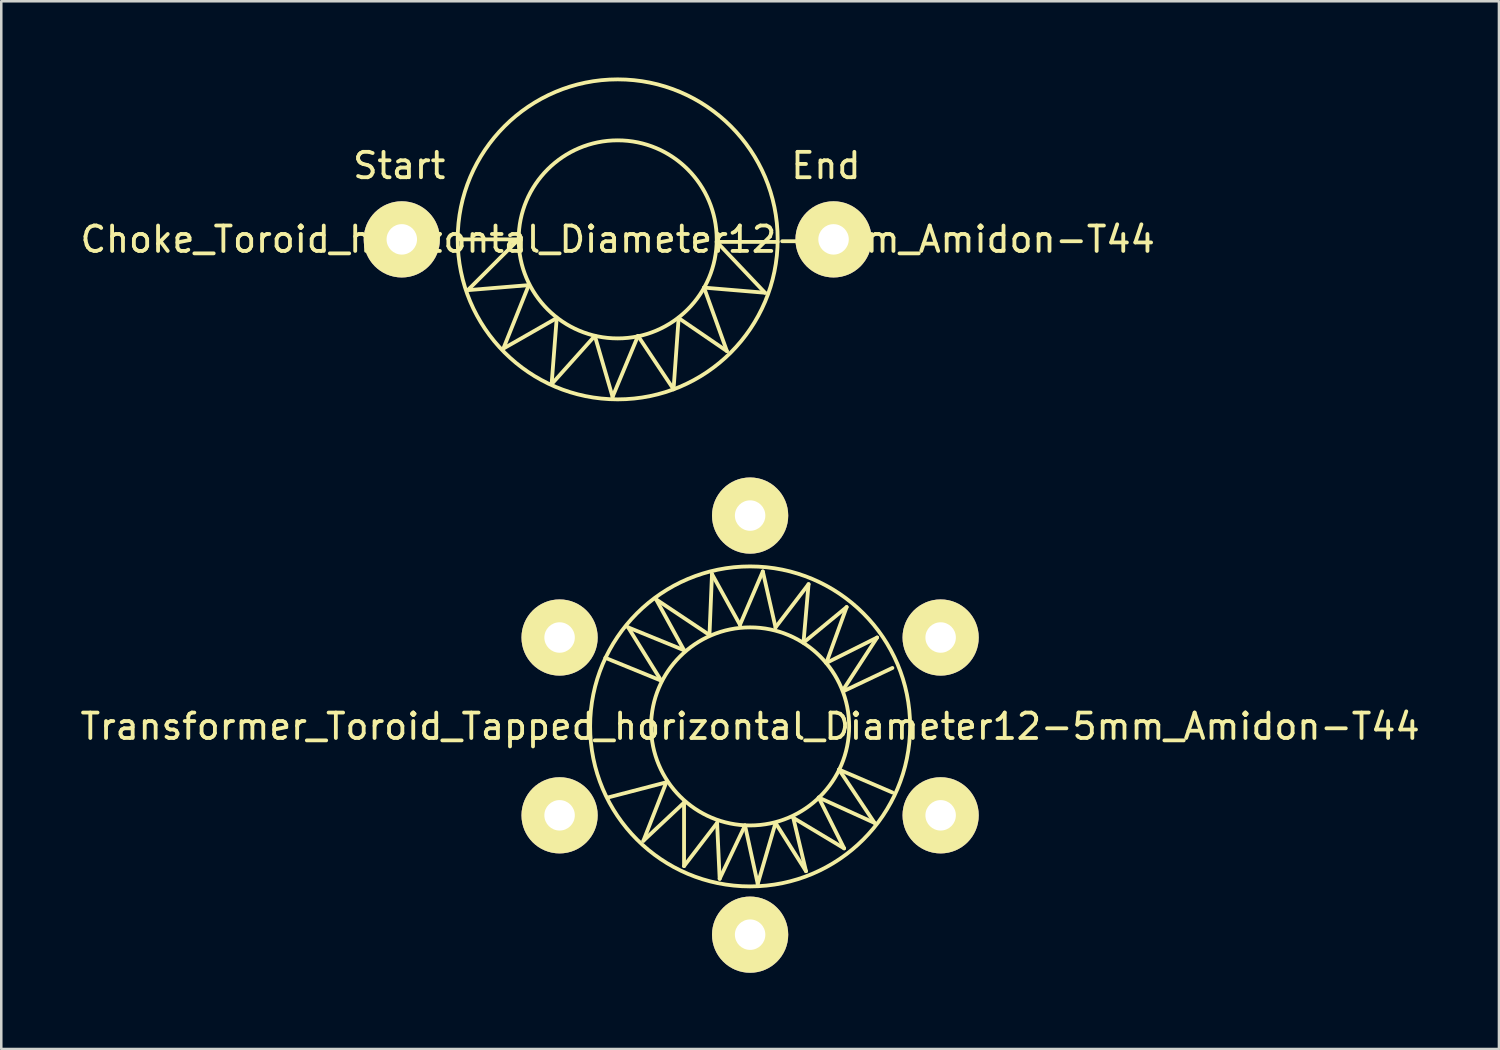
<source format=kicad_pcb>
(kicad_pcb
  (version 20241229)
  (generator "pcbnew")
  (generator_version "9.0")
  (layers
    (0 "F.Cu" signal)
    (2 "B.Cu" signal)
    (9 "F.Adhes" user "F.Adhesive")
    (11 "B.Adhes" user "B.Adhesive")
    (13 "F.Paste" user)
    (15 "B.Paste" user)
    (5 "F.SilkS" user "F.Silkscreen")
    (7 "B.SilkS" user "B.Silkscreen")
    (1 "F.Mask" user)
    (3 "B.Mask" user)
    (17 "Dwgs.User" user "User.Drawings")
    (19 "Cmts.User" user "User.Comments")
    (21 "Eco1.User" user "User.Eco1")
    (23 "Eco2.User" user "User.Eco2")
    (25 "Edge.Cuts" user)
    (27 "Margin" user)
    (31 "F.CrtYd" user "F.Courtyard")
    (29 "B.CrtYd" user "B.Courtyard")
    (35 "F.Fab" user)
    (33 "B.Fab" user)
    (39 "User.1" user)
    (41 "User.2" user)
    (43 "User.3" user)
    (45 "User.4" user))
  (footprint "Choke_Toroid_horizontal_Diameter12-5mm_Amidon-T44"
    (layer "F.Cu")
    (at 21.268 6.374)
    (property "Reference" "Choke_Toroid_horizontal_Diameter12-5mm_Amidon-T44" (at 0 0 0) (layer "F.SilkS") (effects (font (size 1 1) (thickness 0.15))))
    (attr through_hole)
    (fp_line (start -6.2 0) (end -3.899 0) (stroke (width 0.15) (type solid)) (layer "F.SilkS"))
    (fp_line (start -5.9 1.999) (end -3.5 1.801) (stroke (width 0.15) (type solid)) (layer "F.SilkS"))
    (fp_line (start -4.501 4.3) (end -2.4 3.099) (stroke (width 0.15) (type solid)) (layer "F.SilkS"))
    (fp_line (start -3.899 0) (end -5.9 1.999) (stroke (width 0.15) (type solid)) (layer "F.SilkS"))
    (fp_line (start -3.5 1.801) (end -4.501 4.3) (stroke (width 0.15) (type solid)) (layer "F.SilkS"))
    (fp_line (start -2.601 5.7) (end -0.899 3.8) (stroke (width 0.15) (type solid)) (layer "F.SilkS"))
    (fp_line (start -2.4 3.099) (end -2.601 5.7) (stroke (width 0.15) (type solid)) (layer "F.SilkS"))
    (fp_line (start -0.899 3.8) (end -0.201 6.2) (stroke (width 0.15) (type solid)) (layer "F.SilkS"))
    (fp_line (start -0.201 6.2) (end 0.8 3.8) (stroke (width 0.15) (type solid)) (layer "F.SilkS"))
    (fp_line (start 0.8 3.8) (end 2.2 5.9) (stroke (width 0.15) (type solid)) (layer "F.SilkS"))
    (fp_line (start 2.2 5.9) (end 2.4 3.099) (stroke (width 0.15) (type solid)) (layer "F.SilkS"))
    (fp_line (start 2.4 3.099) (end 4.3 4.399) (stroke (width 0.15) (type solid)) (layer "F.SilkS"))
    (fp_line (start 3.401 1.9) (end 5.799 2.101) (stroke (width 0.15) (type solid)) (layer "F.SilkS"))
    (fp_line (start 3.899 0.099) (end 6.299 0.099) (stroke (width 0.15) (type solid)) (layer "F.SilkS"))
    (fp_line (start 4.3 4.399) (end 3.401 1.9) (stroke (width 0.15) (type solid)) (layer "F.SilkS"))
    (fp_line (start 5.799 2.101) (end 3.899 0.099) (stroke (width 0.15) (type solid)) (layer "F.SilkS"))
    (fp_circle (center 0 0) (end 3.899 0) (stroke (width 0.15) (type solid)) (fill no) (layer "F.SilkS"))
    (fp_circle (center 0 0) (end 6.299 0) (stroke (width 0.15) (type solid)) (fill no) (layer "F.SilkS"))
    (fp_text user "Start" (at -8.6 -2.901 0) (layer "F.SilkS") (effects (font (size 1 1) (thickness 0.15))))
    (fp_text user "End" (at 8.199 -2.901 0) (layer "F.SilkS") (effects (font (size 1 1) (thickness 0.15))))
    (pad "1" thru_hole circle (at -8.499 0) (size 3 3) (drill 1.199) (layers "*.Cu" "*.Mask" "F.SilkS"))
    (pad "2" thru_hole circle (at 8.499 0) (size 3 3) (drill 1.199) (layers "*.Cu" "*.Mask" "F.SilkS")))
  (footprint "Transformer_Toroid_Tapped_horizontal_Diameter12-5mm_Amidon-T44"
    (layer "F.Cu")
    (at 26.482 25.549)
    (property "Reference" "Transformer_Toroid_Tapped_horizontal_Diameter12-5mm_Amidon-T44" (at 0 0 0) (layer "F.SilkS") (effects (font (size 1 1) (thickness 0.15))))
    (attr through_hole)
    (fp_line (start -5.7 -2.7) (end -3.5 -1.801) (stroke (width 0.15) (type solid)) (layer "F.SilkS"))
    (fp_line (start -5.601 2.799) (end -3.299 2.2) (stroke (width 0.15) (type solid)) (layer "F.SilkS"))
    (fp_line (start -4.801 -3.899) (end -2.601 -3) (stroke (width 0.15) (type solid)) (layer "F.SilkS"))
    (fp_line (start -4.201 4.501) (end -2.601 3) (stroke (width 0.15) (type solid)) (layer "F.SilkS"))
    (fp_line (start -3.701 -5.001) (end -1.6 -3.599) (stroke (width 0.15) (type solid)) (layer "F.SilkS"))
    (fp_line (start -3.5 -1.801) (end -4.801 -3.899) (stroke (width 0.15) (type solid)) (layer "F.SilkS"))
    (fp_line (start -3.299 2.2) (end -4.201 4.501) (stroke (width 0.15) (type solid)) (layer "F.SilkS"))
    (fp_line (start -2.601 -3) (end -3.701 -5.001) (stroke (width 0.15) (type solid)) (layer "F.SilkS"))
    (fp_line (start -2.601 3) (end -2.601 5.499) (stroke (width 0.15) (type solid)) (layer "F.SilkS"))
    (fp_line (start -2.601 5.499) (end -1.3 3.8) (stroke (width 0.15) (type solid)) (layer "F.SilkS"))
    (fp_line (start -1.6 -3.599) (end -1.501 -5.999) (stroke (width 0.15) (type solid)) (layer "F.SilkS"))
    (fp_line (start -1.501 -5.999) (end -0.399 -4) (stroke (width 0.15) (type solid)) (layer "F.SilkS"))
    (fp_line (start -1.3 3.8) (end -1.199 5.999) (stroke (width 0.15) (type solid)) (layer "F.SilkS"))
    (fp_line (start -1.199 5.999) (end -0.201 3.899) (stroke (width 0.15) (type solid)) (layer "F.SilkS"))
    (fp_line (start -0.399 -4) (end 0.5 -6.101) (stroke (width 0.15) (type solid)) (layer "F.SilkS"))
    (fp_line (start -0.201 3.899) (end 0.3 6.2) (stroke (width 0.15) (type solid)) (layer "F.SilkS"))
    (fp_line (start 0.3 6.2) (end 1.001 3.8) (stroke (width 0.15) (type solid)) (layer "F.SilkS"))
    (fp_line (start 0.5 -6.101) (end 1.001 -3.899) (stroke (width 0.15) (type solid)) (layer "F.SilkS"))
    (fp_line (start 1.001 -3.899) (end 2.301 -5.601) (stroke (width 0.15) (type solid)) (layer "F.SilkS"))
    (fp_line (start 1.001 3.8) (end 2.2 5.7) (stroke (width 0.15) (type solid)) (layer "F.SilkS"))
    (fp_line (start 1.699 3.599) (end 3.701 4.801) (stroke (width 0.15) (type solid)) (layer "F.SilkS"))
    (fp_line (start 2.101 -3.299) (end 3.8 -4.699) (stroke (width 0.15) (type solid)) (layer "F.SilkS"))
    (fp_line (start 2.2 5.7) (end 1.699 3.599) (stroke (width 0.15) (type solid)) (layer "F.SilkS"))
    (fp_line (start 2.301 -5.601) (end 2.101 -3.299) (stroke (width 0.15) (type solid)) (layer "F.SilkS"))
    (fp_line (start 2.7 2.799) (end 4.9 3.8) (stroke (width 0.15) (type solid)) (layer "F.SilkS"))
    (fp_line (start 3 -2.499) (end 5.001 -3.5) (stroke (width 0.15) (type solid)) (layer "F.SilkS"))
    (fp_line (start 3.5 1.699) (end 5.601 2.601) (stroke (width 0.15) (type solid)) (layer "F.SilkS"))
    (fp_line (start 3.701 -1.4) (end 5.601 -2.301) (stroke (width 0.15) (type solid)) (layer "F.SilkS"))
    (fp_line (start 3.701 4.801) (end 2.7 2.799) (stroke (width 0.15) (type solid)) (layer "F.SilkS"))
    (fp_line (start 3.8 -4.699) (end 3 -2.499) (stroke (width 0.15) (type solid)) (layer "F.SilkS"))
    (fp_line (start 4.9 3.8) (end 3.5 1.699) (stroke (width 0.15) (type solid)) (layer "F.SilkS"))
    (fp_line (start 5.001 -3.5) (end 3.701 -1.501) (stroke (width 0.15) (type solid)) (layer "F.SilkS"))
    (fp_circle (center 0 0) (end 3.899 0) (stroke (width 0.15) (type solid)) (fill no) (layer "F.SilkS"))
    (fp_circle (center 0 0) (end 6.299 0) (stroke (width 0.15) (type solid)) (fill no) (layer "F.SilkS"))
    (pad "1" thru_hole circle (at -7.501 3.5) (size 3 3) (drill 1.199) (layers "*.Cu" "*.Mask" "F.SilkS"))
    (pad "2" thru_hole circle (at 0 8.199) (size 3 3) (drill 1.199) (layers "*.Cu" "*.Mask" "F.SilkS"))
    (pad "3" thru_hole circle (at 7.501 3.5) (size 3 3) (drill 1.199) (layers "*.Cu" "*.Mask" "F.SilkS"))
    (pad "4" thru_hole circle (at -7.501 -3.5) (size 3 3) (drill 1.199) (layers "*.Cu" "*.Mask" "F.SilkS"))
    (pad "5" thru_hole circle (at 0 -8.301) (size 3 3) (drill 1.199) (layers "*.Cu" "*.Mask" "F.SilkS"))
    (pad "6" thru_hole circle (at 7.501 -3.5) (size 3 3) (drill 1.199) (layers "*.Cu" "*.Mask" "F.SilkS")))
  (gr_rect
    (start -3 -3)
    (end 55.964 38.248)
    (stroke (width 0.1) (type default))
    (fill no)
    (layer "Edge.Cuts")))
</source>
